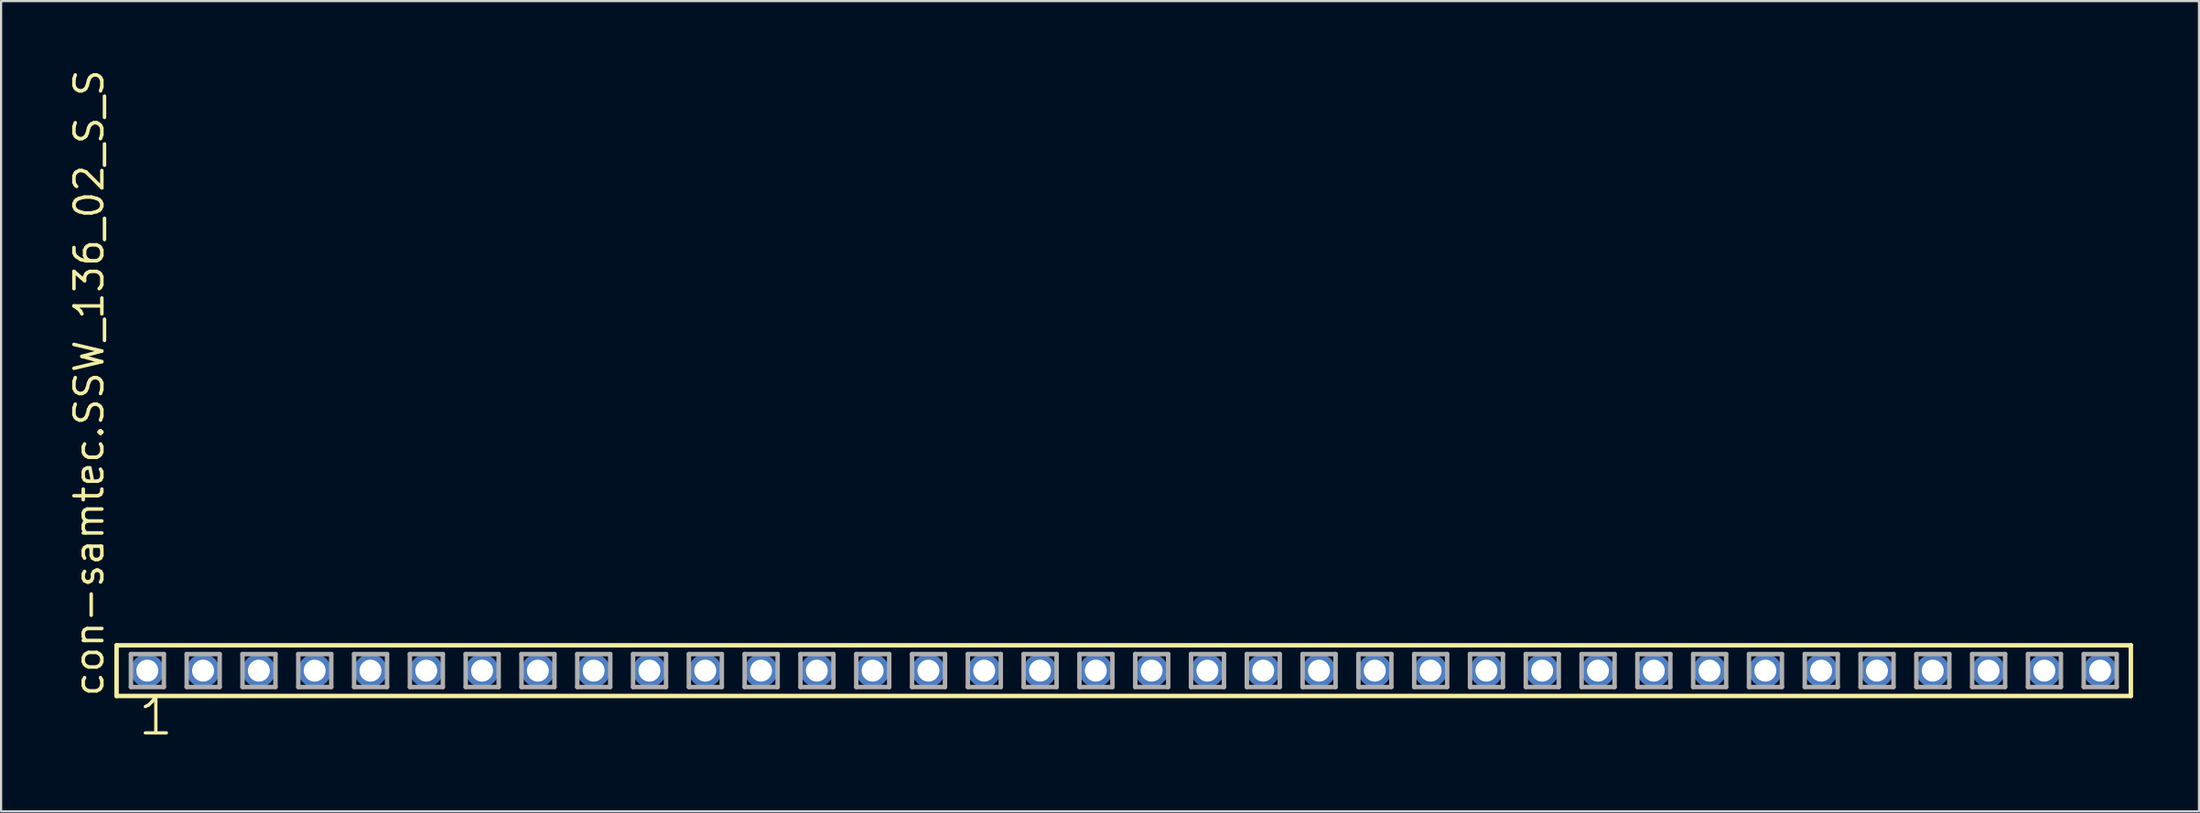
<source format=kicad_pcb>
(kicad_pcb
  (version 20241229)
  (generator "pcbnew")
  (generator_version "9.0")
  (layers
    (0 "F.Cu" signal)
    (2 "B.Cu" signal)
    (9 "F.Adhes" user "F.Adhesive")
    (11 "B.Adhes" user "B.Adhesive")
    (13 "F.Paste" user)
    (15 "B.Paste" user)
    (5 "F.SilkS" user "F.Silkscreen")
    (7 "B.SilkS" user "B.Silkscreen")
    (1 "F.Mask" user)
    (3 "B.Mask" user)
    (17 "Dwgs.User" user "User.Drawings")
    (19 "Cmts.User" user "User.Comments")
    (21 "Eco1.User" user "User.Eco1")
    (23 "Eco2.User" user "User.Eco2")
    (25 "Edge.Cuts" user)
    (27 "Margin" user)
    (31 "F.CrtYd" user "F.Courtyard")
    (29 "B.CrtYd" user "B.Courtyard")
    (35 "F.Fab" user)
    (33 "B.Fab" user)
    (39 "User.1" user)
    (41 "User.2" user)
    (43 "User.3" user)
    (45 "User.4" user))
  (footprint "con-samtec.SSW_136_02_S_S"
    (layer "F.Cu")
    (at 48.105 27.501)
    (property "Reference" "con-samtec.SSW_136_02_S_S" (at -46.355 1.27 90) (layer "F.SilkS") (effects (font (size 1.27 1.27) (thickness 0.16)) (justify left bottom)))
    (attr through_hole)
    (fp_line (start -45.849 -1.155) (end 45.849 -1.155) (stroke (width 0.203) (type default)) (layer "F.SilkS"))
    (fp_line (start -45.849 1.155) (end -45.849 -1.155) (stroke (width 0.203) (type default)) (layer "F.SilkS"))
    (fp_line (start 45.849 -1.155) (end 45.849 1.155) (stroke (width 0.203) (type default)) (layer "F.SilkS"))
    (fp_line (start 45.849 1.155) (end -45.849 1.155) (stroke (width 0.203) (type default)) (layer "F.SilkS"))
    (fp_line (start -45.195 -0.755) (end -43.695 -0.755) (stroke (width 0.203) (type default)) (layer "F.Fab"))
    (fp_line (start -45.195 0.745) (end -45.195 -0.755) (stroke (width 0.203) (type default)) (layer "F.Fab"))
    (fp_line (start -43.695 -0.755) (end -43.695 0.745) (stroke (width 0.203) (type default)) (layer "F.Fab"))
    (fp_line (start -43.695 0.745) (end -45.195 0.745) (stroke (width 0.203) (type default)) (layer "F.Fab"))
    (fp_line (start -42.655 -0.755) (end -41.155 -0.755) (stroke (width 0.203) (type default)) (layer "F.Fab"))
    (fp_line (start -42.655 0.745) (end -42.655 -0.755) (stroke (width 0.203) (type default)) (layer "F.Fab"))
    (fp_line (start -41.155 -0.755) (end -41.155 0.745) (stroke (width 0.203) (type default)) (layer "F.Fab"))
    (fp_line (start -41.155 0.745) (end -42.655 0.745) (stroke (width 0.203) (type default)) (layer "F.Fab"))
    (fp_line (start -40.115 -0.755) (end -38.615 -0.755) (stroke (width 0.203) (type default)) (layer "F.Fab"))
    (fp_line (start -40.115 0.745) (end -40.115 -0.755) (stroke (width 0.203) (type default)) (layer "F.Fab"))
    (fp_line (start -38.615 -0.755) (end -38.615 0.745) (stroke (width 0.203) (type default)) (layer "F.Fab"))
    (fp_line (start -38.615 0.745) (end -40.115 0.745) (stroke (width 0.203) (type default)) (layer "F.Fab"))
    (fp_line (start -37.575 -0.755) (end -36.075 -0.755) (stroke (width 0.203) (type default)) (layer "F.Fab"))
    (fp_line (start -37.575 0.745) (end -37.575 -0.755) (stroke (width 0.203) (type default)) (layer "F.Fab"))
    (fp_line (start -36.075 -0.755) (end -36.075 0.745) (stroke (width 0.203) (type default)) (layer "F.Fab"))
    (fp_line (start -36.075 0.745) (end -37.575 0.745) (stroke (width 0.203) (type default)) (layer "F.Fab"))
    (fp_line (start -35.035 -0.755) (end -33.535 -0.755) (stroke (width 0.203) (type default)) (layer "F.Fab"))
    (fp_line (start -35.035 0.745) (end -35.035 -0.755) (stroke (width 0.203) (type default)) (layer "F.Fab"))
    (fp_line (start -33.535 -0.755) (end -33.535 0.745) (stroke (width 0.203) (type default)) (layer "F.Fab"))
    (fp_line (start -33.535 0.745) (end -35.035 0.745) (stroke (width 0.203) (type default)) (layer "F.Fab"))
    (fp_line (start -32.495 -0.755) (end -30.995 -0.755) (stroke (width 0.203) (type default)) (layer "F.Fab"))
    (fp_line (start -32.495 0.745) (end -32.495 -0.755) (stroke (width 0.203) (type default)) (layer "F.Fab"))
    (fp_line (start -30.995 -0.755) (end -30.995 0.745) (stroke (width 0.203) (type default)) (layer "F.Fab"))
    (fp_line (start -30.995 0.745) (end -32.495 0.745) (stroke (width 0.203) (type default)) (layer "F.Fab"))
    (fp_line (start -29.955 -0.755) (end -28.455 -0.755) (stroke (width 0.203) (type default)) (layer "F.Fab"))
    (fp_line (start -29.955 0.745) (end -29.955 -0.755) (stroke (width 0.203) (type default)) (layer "F.Fab"))
    (fp_line (start -28.455 -0.755) (end -28.455 0.745) (stroke (width 0.203) (type default)) (layer "F.Fab"))
    (fp_line (start -28.455 0.745) (end -29.955 0.745) (stroke (width 0.203) (type default)) (layer "F.Fab"))
    (fp_line (start -27.415 -0.755) (end -25.915 -0.755) (stroke (width 0.203) (type default)) (layer "F.Fab"))
    (fp_line (start -27.415 0.745) (end -27.415 -0.755) (stroke (width 0.203) (type default)) (layer "F.Fab"))
    (fp_line (start -25.915 -0.755) (end -25.915 0.745) (stroke (width 0.203) (type default)) (layer "F.Fab"))
    (fp_line (start -25.915 0.745) (end -27.415 0.745) (stroke (width 0.203) (type default)) (layer "F.Fab"))
    (fp_line (start -24.875 -0.755) (end -23.375 -0.755) (stroke (width 0.203) (type default)) (layer "F.Fab"))
    (fp_line (start -24.875 0.745) (end -24.875 -0.755) (stroke (width 0.203) (type default)) (layer "F.Fab"))
    (fp_line (start -23.375 -0.755) (end -23.375 0.745) (stroke (width 0.203) (type default)) (layer "F.Fab"))
    (fp_line (start -23.375 0.745) (end -24.875 0.745) (stroke (width 0.203) (type default)) (layer "F.Fab"))
    (fp_line (start -22.335 -0.755) (end -20.835 -0.755) (stroke (width 0.203) (type default)) (layer "F.Fab"))
    (fp_line (start -22.335 0.745) (end -22.335 -0.755) (stroke (width 0.203) (type default)) (layer "F.Fab"))
    (fp_line (start -20.835 -0.755) (end -20.835 0.745) (stroke (width 0.203) (type default)) (layer "F.Fab"))
    (fp_line (start -20.835 0.745) (end -22.335 0.745) (stroke (width 0.203) (type default)) (layer "F.Fab"))
    (fp_line (start -19.795 -0.755) (end -18.295 -0.755) (stroke (width 0.203) (type default)) (layer "F.Fab"))
    (fp_line (start -19.795 0.745) (end -19.795 -0.755) (stroke (width 0.203) (type default)) (layer "F.Fab"))
    (fp_line (start -18.295 -0.755) (end -18.295 0.745) (stroke (width 0.203) (type default)) (layer "F.Fab"))
    (fp_line (start -18.295 0.745) (end -19.795 0.745) (stroke (width 0.203) (type default)) (layer "F.Fab"))
    (fp_line (start -17.255 -0.755) (end -15.755 -0.755) (stroke (width 0.203) (type default)) (layer "F.Fab"))
    (fp_line (start -17.255 0.745) (end -17.255 -0.755) (stroke (width 0.203) (type default)) (layer "F.Fab"))
    (fp_line (start -15.755 -0.755) (end -15.755 0.745) (stroke (width 0.203) (type default)) (layer "F.Fab"))
    (fp_line (start -15.755 0.745) (end -17.255 0.745) (stroke (width 0.203) (type default)) (layer "F.Fab"))
    (fp_line (start -14.715 -0.755) (end -13.215 -0.755) (stroke (width 0.203) (type default)) (layer "F.Fab"))
    (fp_line (start -14.715 0.745) (end -14.715 -0.755) (stroke (width 0.203) (type default)) (layer "F.Fab"))
    (fp_line (start -13.215 -0.755) (end -13.215 0.745) (stroke (width 0.203) (type default)) (layer "F.Fab"))
    (fp_line (start -13.215 0.745) (end -14.715 0.745) (stroke (width 0.203) (type default)) (layer "F.Fab"))
    (fp_line (start -12.175 -0.755) (end -10.675 -0.755) (stroke (width 0.203) (type default)) (layer "F.Fab"))
    (fp_line (start -12.175 0.745) (end -12.175 -0.755) (stroke (width 0.203) (type default)) (layer "F.Fab"))
    (fp_line (start -10.675 -0.755) (end -10.675 0.745) (stroke (width 0.203) (type default)) (layer "F.Fab"))
    (fp_line (start -10.675 0.745) (end -12.175 0.745) (stroke (width 0.203) (type default)) (layer "F.Fab"))
    (fp_line (start -9.635 -0.755) (end -8.135 -0.755) (stroke (width 0.203) (type default)) (layer "F.Fab"))
    (fp_line (start -9.635 0.745) (end -9.635 -0.755) (stroke (width 0.203) (type default)) (layer "F.Fab"))
    (fp_line (start -8.135 -0.755) (end -8.135 0.745) (stroke (width 0.203) (type default)) (layer "F.Fab"))
    (fp_line (start -8.135 0.745) (end -9.635 0.745) (stroke (width 0.203) (type default)) (layer "F.Fab"))
    (fp_line (start -7.095 -0.755) (end -5.595 -0.755) (stroke (width 0.203) (type default)) (layer "F.Fab"))
    (fp_line (start -7.095 0.745) (end -7.095 -0.755) (stroke (width 0.203) (type default)) (layer "F.Fab"))
    (fp_line (start -5.595 -0.755) (end -5.595 0.745) (stroke (width 0.203) (type default)) (layer "F.Fab"))
    (fp_line (start -5.595 0.745) (end -7.095 0.745) (stroke (width 0.203) (type default)) (layer "F.Fab"))
    (fp_line (start -4.555 -0.755) (end -3.055 -0.755) (stroke (width 0.203) (type default)) (layer "F.Fab"))
    (fp_line (start -4.555 0.745) (end -4.555 -0.755) (stroke (width 0.203) (type default)) (layer "F.Fab"))
    (fp_line (start -3.055 -0.755) (end -3.055 0.745) (stroke (width 0.203) (type default)) (layer "F.Fab"))
    (fp_line (start -3.055 0.745) (end -4.555 0.745) (stroke (width 0.203) (type default)) (layer "F.Fab"))
    (fp_line (start -2.015 -0.755) (end -0.515 -0.755) (stroke (width 0.203) (type default)) (layer "F.Fab"))
    (fp_line (start -2.015 0.745) (end -2.015 -0.755) (stroke (width 0.203) (type default)) (layer "F.Fab"))
    (fp_line (start -0.515 -0.755) (end -0.515 0.745) (stroke (width 0.203) (type default)) (layer "F.Fab"))
    (fp_line (start -0.515 0.745) (end -2.015 0.745) (stroke (width 0.203) (type default)) (layer "F.Fab"))
    (fp_line (start 0.525 -0.755) (end 2.025 -0.755) (stroke (width 0.203) (type default)) (layer "F.Fab"))
    (fp_line (start 0.525 0.745) (end 0.525 -0.755) (stroke (width 0.203) (type default)) (layer "F.Fab"))
    (fp_line (start 2.025 -0.755) (end 2.025 0.745) (stroke (width 0.203) (type default)) (layer "F.Fab"))
    (fp_line (start 2.025 0.745) (end 0.525 0.745) (stroke (width 0.203) (type default)) (layer "F.Fab"))
    (fp_line (start 3.065 -0.755) (end 4.565 -0.755) (stroke (width 0.203) (type default)) (layer "F.Fab"))
    (fp_line (start 3.065 0.745) (end 3.065 -0.755) (stroke (width 0.203) (type default)) (layer "F.Fab"))
    (fp_line (start 4.565 -0.755) (end 4.565 0.745) (stroke (width 0.203) (type default)) (layer "F.Fab"))
    (fp_line (start 4.565 0.745) (end 3.065 0.745) (stroke (width 0.203) (type default)) (layer "F.Fab"))
    (fp_line (start 5.605 -0.755) (end 7.105 -0.755) (stroke (width 0.203) (type default)) (layer "F.Fab"))
    (fp_line (start 5.605 0.745) (end 5.605 -0.755) (stroke (width 0.203) (type default)) (layer "F.Fab"))
    (fp_line (start 7.105 -0.755) (end 7.105 0.745) (stroke (width 0.203) (type default)) (layer "F.Fab"))
    (fp_line (start 7.105 0.745) (end 5.605 0.745) (stroke (width 0.203) (type default)) (layer "F.Fab"))
    (fp_line (start 8.145 -0.755) (end 9.645 -0.755) (stroke (width 0.203) (type default)) (layer "F.Fab"))
    (fp_line (start 8.145 0.745) (end 8.145 -0.755) (stroke (width 0.203) (type default)) (layer "F.Fab"))
    (fp_line (start 9.645 -0.755) (end 9.645 0.745) (stroke (width 0.203) (type default)) (layer "F.Fab"))
    (fp_line (start 9.645 0.745) (end 8.145 0.745) (stroke (width 0.203) (type default)) (layer "F.Fab"))
    (fp_line (start 10.685 -0.755) (end 12.185 -0.755) (stroke (width 0.203) (type default)) (layer "F.Fab"))
    (fp_line (start 10.685 0.745) (end 10.685 -0.755) (stroke (width 0.203) (type default)) (layer "F.Fab"))
    (fp_line (start 12.185 -0.755) (end 12.185 0.745) (stroke (width 0.203) (type default)) (layer "F.Fab"))
    (fp_line (start 12.185 0.745) (end 10.685 0.745) (stroke (width 0.203) (type default)) (layer "F.Fab"))
    (fp_line (start 13.225 -0.755) (end 14.725 -0.755) (stroke (width 0.203) (type default)) (layer "F.Fab"))
    (fp_line (start 13.225 0.745) (end 13.225 -0.755) (stroke (width 0.203) (type default)) (layer "F.Fab"))
    (fp_line (start 14.725 -0.755) (end 14.725 0.745) (stroke (width 0.203) (type default)) (layer "F.Fab"))
    (fp_line (start 14.725 0.745) (end 13.225 0.745) (stroke (width 0.203) (type default)) (layer "F.Fab"))
    (fp_line (start 15.765 -0.755) (end 17.265 -0.755) (stroke (width 0.203) (type default)) (layer "F.Fab"))
    (fp_line (start 15.765 0.745) (end 15.765 -0.755) (stroke (width 0.203) (type default)) (layer "F.Fab"))
    (fp_line (start 17.265 -0.755) (end 17.265 0.745) (stroke (width 0.203) (type default)) (layer "F.Fab"))
    (fp_line (start 17.265 0.745) (end 15.765 0.745) (stroke (width 0.203) (type default)) (layer "F.Fab"))
    (fp_line (start 18.305 -0.755) (end 19.805 -0.755) (stroke (width 0.203) (type default)) (layer "F.Fab"))
    (fp_line (start 18.305 0.745) (end 18.305 -0.755) (stroke (width 0.203) (type default)) (layer "F.Fab"))
    (fp_line (start 19.805 -0.755) (end 19.805 0.745) (stroke (width 0.203) (type default)) (layer "F.Fab"))
    (fp_line (start 19.805 0.745) (end 18.305 0.745) (stroke (width 0.203) (type default)) (layer "F.Fab"))
    (fp_line (start 20.845 -0.755) (end 22.345 -0.755) (stroke (width 0.203) (type default)) (layer "F.Fab"))
    (fp_line (start 20.845 0.745) (end 20.845 -0.755) (stroke (width 0.203) (type default)) (layer "F.Fab"))
    (fp_line (start 22.345 -0.755) (end 22.345 0.745) (stroke (width 0.203) (type default)) (layer "F.Fab"))
    (fp_line (start 22.345 0.745) (end 20.845 0.745) (stroke (width 0.203) (type default)) (layer "F.Fab"))
    (fp_line (start 23.385 -0.755) (end 24.885 -0.755) (stroke (width 0.203) (type default)) (layer "F.Fab"))
    (fp_line (start 23.385 0.745) (end 23.385 -0.755) (stroke (width 0.203) (type default)) (layer "F.Fab"))
    (fp_line (start 24.885 -0.755) (end 24.885 0.745) (stroke (width 0.203) (type default)) (layer "F.Fab"))
    (fp_line (start 24.885 0.745) (end 23.385 0.745) (stroke (width 0.203) (type default)) (layer "F.Fab"))
    (fp_line (start 25.925 -0.755) (end 27.425 -0.755) (stroke (width 0.203) (type default)) (layer "F.Fab"))
    (fp_line (start 25.925 0.745) (end 25.925 -0.755) (stroke (width 0.203) (type default)) (layer "F.Fab"))
    (fp_line (start 27.425 -0.755) (end 27.425 0.745) (stroke (width 0.203) (type default)) (layer "F.Fab"))
    (fp_line (start 27.425 0.745) (end 25.925 0.745) (stroke (width 0.203) (type default)) (layer "F.Fab"))
    (fp_line (start 28.465 -0.755) (end 29.965 -0.755) (stroke (width 0.203) (type default)) (layer "F.Fab"))
    (fp_line (start 28.465 0.745) (end 28.465 -0.755) (stroke (width 0.203) (type default)) (layer "F.Fab"))
    (fp_line (start 29.965 -0.755) (end 29.965 0.745) (stroke (width 0.203) (type default)) (layer "F.Fab"))
    (fp_line (start 29.965 0.745) (end 28.465 0.745) (stroke (width 0.203) (type default)) (layer "F.Fab"))
    (fp_line (start 31.005 -0.755) (end 32.505 -0.755) (stroke (width 0.203) (type default)) (layer "F.Fab"))
    (fp_line (start 31.005 0.745) (end 31.005 -0.755) (stroke (width 0.203) (type default)) (layer "F.Fab"))
    (fp_line (start 32.505 -0.755) (end 32.505 0.745) (stroke (width 0.203) (type default)) (layer "F.Fab"))
    (fp_line (start 32.505 0.745) (end 31.005 0.745) (stroke (width 0.203) (type default)) (layer "F.Fab"))
    (fp_line (start 33.545 -0.755) (end 35.045 -0.755) (stroke (width 0.203) (type default)) (layer "F.Fab"))
    (fp_line (start 33.545 0.745) (end 33.545 -0.755) (stroke (width 0.203) (type default)) (layer "F.Fab"))
    (fp_line (start 35.045 -0.755) (end 35.045 0.745) (stroke (width 0.203) (type default)) (layer "F.Fab"))
    (fp_line (start 35.045 0.745) (end 33.545 0.745) (stroke (width 0.203) (type default)) (layer "F.Fab"))
    (fp_line (start 36.085 -0.755) (end 37.585 -0.755) (stroke (width 0.203) (type default)) (layer "F.Fab"))
    (fp_line (start 36.085 0.745) (end 36.085 -0.755) (stroke (width 0.203) (type default)) (layer "F.Fab"))
    (fp_line (start 37.585 -0.755) (end 37.585 0.745) (stroke (width 0.203) (type default)) (layer "F.Fab"))
    (fp_line (start 37.585 0.745) (end 36.085 0.745) (stroke (width 0.203) (type default)) (layer "F.Fab"))
    (fp_line (start 38.625 -0.755) (end 40.125 -0.755) (stroke (width 0.203) (type default)) (layer "F.Fab"))
    (fp_line (start 38.625 0.745) (end 38.625 -0.755) (stroke (width 0.203) (type default)) (layer "F.Fab"))
    (fp_line (start 40.125 -0.755) (end 40.125 0.745) (stroke (width 0.203) (type default)) (layer "F.Fab"))
    (fp_line (start 40.125 0.745) (end 38.625 0.745) (stroke (width 0.203) (type default)) (layer "F.Fab"))
    (fp_line (start 41.165 -0.755) (end 42.665 -0.755) (stroke (width 0.203) (type default)) (layer "F.Fab"))
    (fp_line (start 41.165 0.745) (end 41.165 -0.755) (stroke (width 0.203) (type default)) (layer "F.Fab"))
    (fp_line (start 42.665 -0.755) (end 42.665 0.745) (stroke (width 0.203) (type default)) (layer "F.Fab"))
    (fp_line (start 42.665 0.745) (end 41.165 0.745) (stroke (width 0.203) (type default)) (layer "F.Fab"))
    (fp_line (start 43.705 -0.755) (end 45.205 -0.755) (stroke (width 0.203) (type default)) (layer "F.Fab"))
    (fp_line (start 43.705 0.745) (end 43.705 -0.755) (stroke (width 0.203) (type default)) (layer "F.Fab"))
    (fp_line (start 45.205 -0.755) (end 45.205 0.745) (stroke (width 0.203) (type default)) (layer "F.Fab"))
    (fp_line (start 45.205 0.745) (end 43.705 0.745) (stroke (width 0.203) (type default)) (layer "F.Fab"))
    (fp_text user "1" (at -44.958 3.048 0) (layer "F.SilkS") (effects (font (size 1.676 1.676) (thickness 0.15)) (justify left bottom)))
    (pad "1" thru_hole circle (at -44.45 0) (size 1.5 1.5) (drill 1) (layers "*.Cu" "*.Mask"))
    (pad "2" thru_hole circle (at -41.91 0) (size 1.5 1.5) (drill 1) (layers "*.Cu" "*.Mask"))
    (pad "3" thru_hole circle (at -39.37 0) (size 1.5 1.5) (drill 1) (layers "*.Cu" "*.Mask"))
    (pad "4" thru_hole circle (at -36.83 0) (size 1.5 1.5) (drill 1) (layers "*.Cu" "*.Mask"))
    (pad "5" thru_hole circle (at -34.29 0) (size 1.5 1.5) (drill 1) (layers "*.Cu" "*.Mask"))
    (pad "6" thru_hole circle (at -31.75 0) (size 1.5 1.5) (drill 1) (layers "*.Cu" "*.Mask"))
    (pad "7" thru_hole circle (at -29.21 0) (size 1.5 1.5) (drill 1) (layers "*.Cu" "*.Mask"))
    (pad "8" thru_hole circle (at -26.67 0) (size 1.5 1.5) (drill 1) (layers "*.Cu" "*.Mask"))
    (pad "9" thru_hole circle (at -24.13 0) (size 1.5 1.5) (drill 1) (layers "*.Cu" "*.Mask"))
    (pad "10" thru_hole circle (at -21.59 0) (size 1.5 1.5) (drill 1) (layers "*.Cu" "*.Mask"))
    (pad "11" thru_hole circle (at -19.05 0) (size 1.5 1.5) (drill 1) (layers "*.Cu" "*.Mask"))
    (pad "12" thru_hole circle (at -16.51 0) (size 1.5 1.5) (drill 1) (layers "*.Cu" "*.Mask"))
    (pad "13" thru_hole circle (at -13.97 0) (size 1.5 1.5) (drill 1) (layers "*.Cu" "*.Mask"))
    (pad "14" thru_hole circle (at -11.43 0) (size 1.5 1.5) (drill 1) (layers "*.Cu" "*.Mask"))
    (pad "15" thru_hole circle (at -8.89 0) (size 1.5 1.5) (drill 1) (layers "*.Cu" "*.Mask"))
    (pad "16" thru_hole circle (at -6.35 0) (size 1.5 1.5) (drill 1) (layers "*.Cu" "*.Mask"))
    (pad "17" thru_hole circle (at -3.81 0) (size 1.5 1.5) (drill 1) (layers "*.Cu" "*.Mask"))
    (pad "18" thru_hole circle (at -1.27 0) (size 1.5 1.5) (drill 1) (layers "*.Cu" "*.Mask"))
    (pad "19" thru_hole circle (at 1.27 0) (size 1.5 1.5) (drill 1) (layers "*.Cu" "*.Mask"))
    (pad "20" thru_hole circle (at 3.81 0) (size 1.5 1.5) (drill 1) (layers "*.Cu" "*.Mask"))
    (pad "21" thru_hole circle (at 6.35 0) (size 1.5 1.5) (drill 1) (layers "*.Cu" "*.Mask"))
    (pad "22" thru_hole circle (at 8.89 0) (size 1.5 1.5) (drill 1) (layers "*.Cu" "*.Mask"))
    (pad "23" thru_hole circle (at 11.43 0) (size 1.5 1.5) (drill 1) (layers "*.Cu" "*.Mask"))
    (pad "24" thru_hole circle (at 13.97 0) (size 1.5 1.5) (drill 1) (layers "*.Cu" "*.Mask"))
    (pad "25" thru_hole circle (at 16.51 0) (size 1.5 1.5) (drill 1) (layers "*.Cu" "*.Mask"))
    (pad "26" thru_hole circle (at 19.05 0) (size 1.5 1.5) (drill 1) (layers "*.Cu" "*.Mask"))
    (pad "27" thru_hole circle (at 21.59 0) (size 1.5 1.5) (drill 1) (layers "*.Cu" "*.Mask"))
    (pad "28" thru_hole circle (at 24.13 0) (size 1.5 1.5) (drill 1) (layers "*.Cu" "*.Mask"))
    (pad "29" thru_hole circle (at 26.67 0) (size 1.5 1.5) (drill 1) (layers "*.Cu" "*.Mask"))
    (pad "30" thru_hole circle (at 29.21 0) (size 1.5 1.5) (drill 1) (layers "*.Cu" "*.Mask"))
    (pad "31" thru_hole circle (at 31.75 0) (size 1.5 1.5) (drill 1) (layers "*.Cu" "*.Mask"))
    (pad "32" thru_hole circle (at 34.29 0) (size 1.5 1.5) (drill 1) (layers "*.Cu" "*.Mask"))
    (pad "33" thru_hole circle (at 36.83 0) (size 1.5 1.5) (drill 1) (layers "*.Cu" "*.Mask"))
    (pad "34" thru_hole circle (at 39.37 0) (size 1.5 1.5) (drill 1) (layers "*.Cu" "*.Mask"))
    (pad "35" thru_hole circle (at 41.91 0) (size 1.5 1.5) (drill 1) (layers "*.Cu" "*.Mask"))
    (pad "36" thru_hole circle (at 44.45 0) (size 1.5 1.5) (drill 1) (layers "*.Cu" "*.Mask")))
  (gr_rect
    (start -3 -3)
    (end 97.056 33.91)
    (stroke (width 0.1) (type default))
    (fill no)
    (layer "Edge.Cuts")))
</source>
